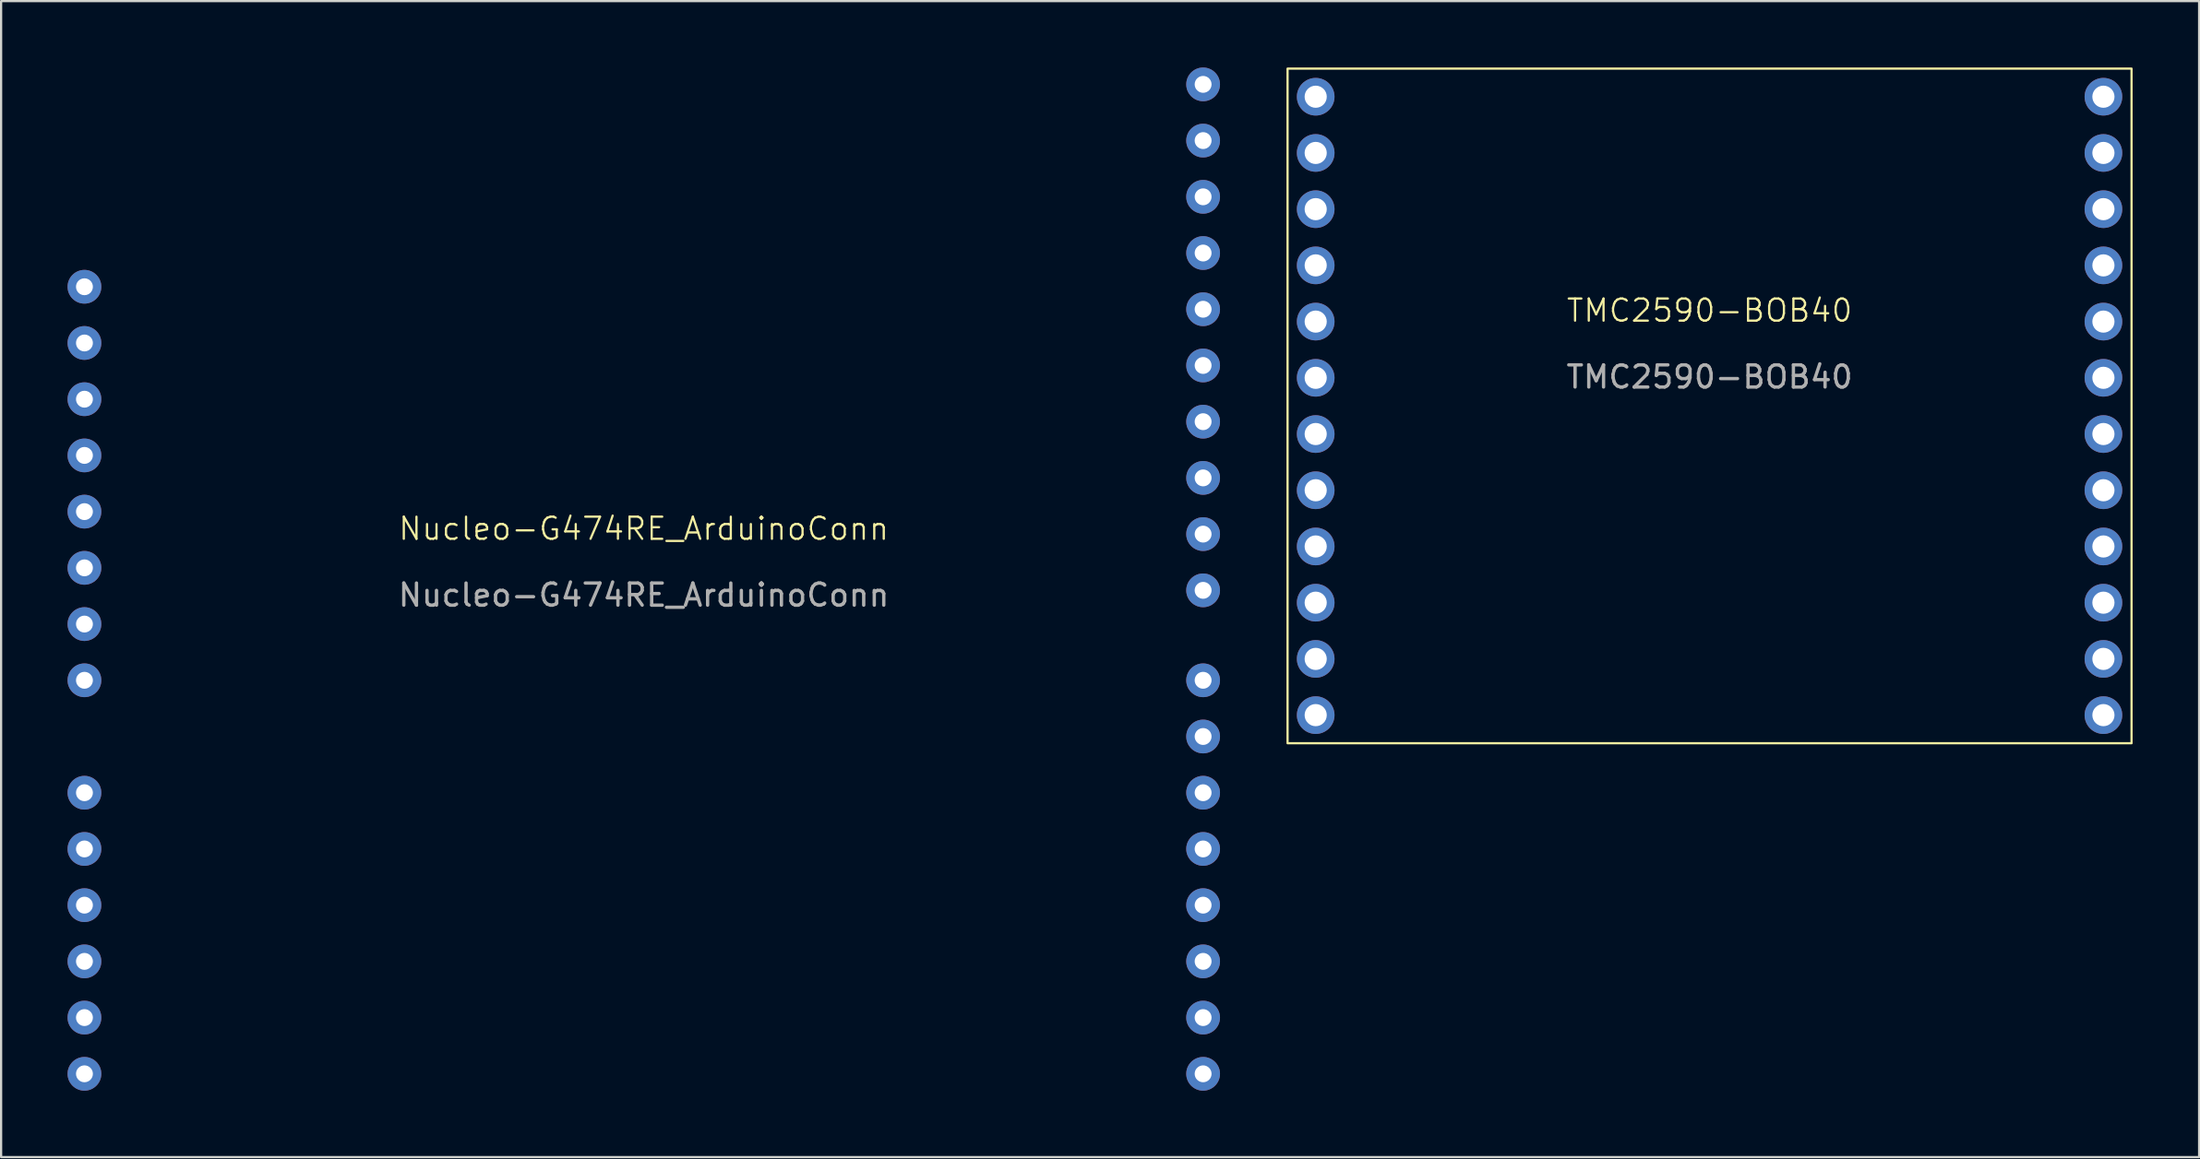
<source format=kicad_pcb>
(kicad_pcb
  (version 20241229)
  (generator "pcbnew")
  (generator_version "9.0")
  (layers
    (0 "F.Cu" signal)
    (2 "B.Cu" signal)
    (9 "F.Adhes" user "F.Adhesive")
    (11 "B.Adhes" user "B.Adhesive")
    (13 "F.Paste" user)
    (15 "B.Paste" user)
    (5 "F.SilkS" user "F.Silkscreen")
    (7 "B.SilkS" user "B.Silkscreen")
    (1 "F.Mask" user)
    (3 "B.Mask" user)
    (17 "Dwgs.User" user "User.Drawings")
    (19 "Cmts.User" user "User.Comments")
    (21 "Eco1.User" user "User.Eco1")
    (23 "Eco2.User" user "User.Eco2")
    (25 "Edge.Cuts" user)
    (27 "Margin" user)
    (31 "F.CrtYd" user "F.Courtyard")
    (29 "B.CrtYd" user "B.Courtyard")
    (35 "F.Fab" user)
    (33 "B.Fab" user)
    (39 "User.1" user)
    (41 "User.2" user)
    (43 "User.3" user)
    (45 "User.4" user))
  (footprint "TMC2590-BOB40"
    (layer "F.Cu")
    (at 74.124 15.29)
    (property "Reference" "TMC2590-BOB40" (at 0 -4.31 0) (unlocked yes) (layer "F.SilkS") (effects (font (size 1 1) (thickness 0.1))))
    (attr through_hole)
    (fp_rect (start -19.05 -15.24) (end 19.05 15.24) (stroke (width 0.1) (type default)) (fill no) (layer "F.SilkS"))
    (fp_text user "${REFERENCE}" (at 0 -1.31 0) (unlocked yes) (layer "F.Fab") (effects (font (size 1 1) (thickness 0.15))))
    (pad "1" thru_hole circle (at -17.78 -13.97) (size 1.7 1.7) (drill 1) (layers "*.Cu" "*.Mask"))
    (pad "2" thru_hole circle (at -17.78 -11.43) (size 1.7 1.7) (drill 1) (layers "*.Cu" "*.Mask"))
    (pad "3" thru_hole circle (at -17.78 -8.89) (size 1.7 1.7) (drill 1) (layers "*.Cu" "*.Mask"))
    (pad "4" thru_hole circle (at -17.78 -6.35) (size 1.7 1.7) (drill 1) (layers "*.Cu" "*.Mask"))
    (pad "5" thru_hole circle (at -17.78 -3.81) (size 1.7 1.7) (drill 1) (layers "*.Cu" "*.Mask"))
    (pad "6" thru_hole circle (at -17.78 -1.27) (size 1.7 1.7) (drill 1) (layers "*.Cu" "*.Mask"))
    (pad "7" thru_hole circle (at -17.78 1.27) (size 1.7 1.7) (drill 1) (layers "*.Cu" "*.Mask"))
    (pad "8" thru_hole circle (at -17.78 3.81) (size 1.7 1.7) (drill 1) (layers "*.Cu" "*.Mask"))
    (pad "9" thru_hole circle (at -17.78 6.35) (size 1.7 1.7) (drill 1) (layers "*.Cu" "*.Mask"))
    (pad "10" thru_hole circle (at -17.78 8.89) (size 1.7 1.7) (drill 1) (layers "*.Cu" "*.Mask"))
    (pad "11" thru_hole circle (at -17.78 11.43) (size 1.7 1.7) (drill 1) (layers "*.Cu" "*.Mask"))
    (pad "12" thru_hole circle (at -17.78 13.97) (size 1.7 1.7) (drill 1) (layers "*.Cu" "*.Mask"))
    (pad "13" thru_hole circle (at 17.78 13.97) (size 1.7 1.7) (drill 1) (layers "*.Cu" "*.Mask"))
    (pad "14" thru_hole circle (at 17.78 11.43) (size 1.7 1.7) (drill 1) (layers "*.Cu" "*.Mask"))
    (pad "15" thru_hole circle (at 17.78 8.89) (size 1.7 1.7) (drill 1) (layers "*.Cu" "*.Mask"))
    (pad "16" thru_hole circle (at 17.78 6.35) (size 1.7 1.7) (drill 1) (layers "*.Cu" "*.Mask"))
    (pad "17" thru_hole circle (at 17.78 3.81) (size 1.7 1.7) (drill 1) (layers "*.Cu" "*.Mask"))
    (pad "18" thru_hole circle (at 17.78 1.27) (size 1.7 1.7) (drill 1) (layers "*.Cu" "*.Mask"))
    (pad "19" thru_hole circle (at 17.78 -1.27) (size 1.7 1.7) (drill 1) (layers "*.Cu" "*.Mask"))
    (pad "20" thru_hole circle (at 17.78 -3.81) (size 1.7 1.7) (drill 1) (layers "*.Cu" "*.Mask"))
    (pad "21" thru_hole circle (at 17.78 -6.35) (size 1.7 1.7) (drill 1) (layers "*.Cu" "*.Mask"))
    (pad "22" thru_hole circle (at 17.78 -8.89) (size 1.7 1.7) (drill 1) (layers "*.Cu" "*.Mask"))
    (pad "23" thru_hole circle (at 17.78 -11.43) (size 1.7 1.7) (drill 1) (layers "*.Cu" "*.Mask"))
    (pad "24" thru_hole circle (at 17.78 -13.97) (size 1.7 1.7) (drill 1) (layers "*.Cu" "*.Mask")))
  (footprint "Nucleo-G474RE_ArduinoConn"
    (layer "F.Cu")
    (at 26.012 21.336)
    (property "Reference" "Nucleo-G474RE_ArduinoConn" (at 0 -0.5 0) (unlocked yes) (layer "F.SilkS") (effects (font (size 1 1) (thickness 0.1))))
    (attr through_hole)
    (fp_text user "${REFERENCE}" (at 0 2.5 0) (unlocked yes) (layer "F.Fab") (effects (font (size 1 1) (thickness 0.15))))
    (pad "A1" thru_hole circle (at -25.25 -11.43) (size 1.524 1.524) (drill 0.762) (layers "*.Cu" "*.Mask"))
    (pad "A2" thru_hole circle (at -25.25 -8.89) (size 1.524 1.524) (drill 0.762) (layers "*.Cu" "*.Mask"))
    (pad "A3" thru_hole circle (at -25.25 -6.35) (size 1.524 1.524) (drill 0.762) (layers "*.Cu" "*.Mask"))
    (pad "A4" thru_hole circle (at -25.25 -3.81) (size 1.524 1.524) (drill 0.762) (layers "*.Cu" "*.Mask"))
    (pad "A5" thru_hole circle (at -25.25 -1.27) (size 1.524 1.524) (drill 0.762) (layers "*.Cu" "*.Mask"))
    (pad "A6" thru_hole circle (at -25.25 1.27) (size 1.524 1.524) (drill 0.762) (layers "*.Cu" "*.Mask"))
    (pad "A7" thru_hole circle (at -25.25 3.81) (size 1.524 1.524) (drill 0.762) (layers "*.Cu" "*.Mask"))
    (pad "A8" thru_hole circle (at -25.25 6.35) (size 1.524 1.524) (drill 0.762) (layers "*.Cu" "*.Mask"))
    (pad "B1" thru_hole circle (at -25.25 11.43) (size 1.524 1.524) (drill 0.762) (layers "*.Cu" "*.Mask"))
    (pad "B2" thru_hole circle (at -25.25 13.97) (size 1.524 1.524) (drill 0.762) (layers "*.Cu" "*.Mask"))
    (pad "B3" thru_hole circle (at -25.25 16.51) (size 1.524 1.524) (drill 0.762) (layers "*.Cu" "*.Mask"))
    (pad "B4" thru_hole circle (at -25.25 19.05) (size 1.524 1.524) (drill 0.762) (layers "*.Cu" "*.Mask"))
    (pad "B5" thru_hole circle (at -25.25 21.59) (size 1.524 1.524) (drill 0.762) (layers "*.Cu" "*.Mask"))
    (pad "B6" thru_hole circle (at -25.25 24.13) (size 1.524 1.524) (drill 0.762) (layers "*.Cu" "*.Mask"))
    (pad "C1" thru_hole circle (at 25.25 24.13) (size 1.524 1.524) (drill 0.762) (layers "*.Cu" "*.Mask"))
    (pad "C2" thru_hole circle (at 25.25 21.59) (size 1.524 1.524) (drill 0.762) (layers "*.Cu" "*.Mask"))
    (pad "C3" thru_hole circle (at 25.25 19.05) (size 1.524 1.524) (drill 0.762) (layers "*.Cu" "*.Mask"))
    (pad "C4" thru_hole circle (at 25.25 16.51) (size 1.524 1.524) (drill 0.762) (layers "*.Cu" "*.Mask"))
    (pad "C5" thru_hole circle (at 25.25 13.97) (size 1.524 1.524) (drill 0.762) (layers "*.Cu" "*.Mask"))
    (pad "C6" thru_hole circle (at 25.25 11.43) (size 1.524 1.524) (drill 0.762) (layers "*.Cu" "*.Mask"))
    (pad "C7" thru_hole circle (at 25.25 8.89) (size 1.524 1.524) (drill 0.762) (layers "*.Cu" "*.Mask"))
    (pad "C8" thru_hole circle (at 25.25 6.35) (size 1.524 1.524) (drill 0.762) (layers "*.Cu" "*.Mask"))
    (pad "D1" thru_hole circle (at 25.25 2.286) (size 1.524 1.524) (drill 0.762) (layers "*.Cu" "*.Mask"))
    (pad "D2" thru_hole circle (at 25.25 -0.254) (size 1.524 1.524) (drill 0.762) (layers "*.Cu" "*.Mask"))
    (pad "D3" thru_hole circle (at 25.25 -2.794) (size 1.524 1.524) (drill 0.762) (layers "*.Cu" "*.Mask"))
    (pad "D4" thru_hole circle (at 25.25 -5.334) (size 1.524 1.524) (drill 0.762) (layers "*.Cu" "*.Mask"))
    (pad "D5" thru_hole circle (at 25.25 -7.874) (size 1.524 1.524) (drill 0.762) (layers "*.Cu" "*.Mask"))
    (pad "D6" thru_hole circle (at 25.25 -10.414) (size 1.524 1.524) (drill 0.762) (layers "*.Cu" "*.Mask"))
    (pad "D7" thru_hole circle (at 25.25 -12.954) (size 1.524 1.524) (drill 0.762) (layers "*.Cu" "*.Mask"))
    (pad "D8" thru_hole circle (at 25.25 -15.494) (size 1.524 1.524) (drill 0.762) (layers "*.Cu" "*.Mask"))
    (pad "D9" thru_hole circle (at 25.25 -18.034) (size 1.524 1.524) (drill 0.762) (layers "*.Cu" "*.Mask"))
    (pad "D10" thru_hole circle (at 25.25 -20.574) (size 1.524 1.524) (drill 0.762) (layers "*.Cu" "*.Mask")))
  (gr_rect
    (start -3 -3)
    (end 96.224 49.228)
    (stroke (width 0.1) (type default))
    (fill no)
    (layer "Edge.Cuts")))
</source>
